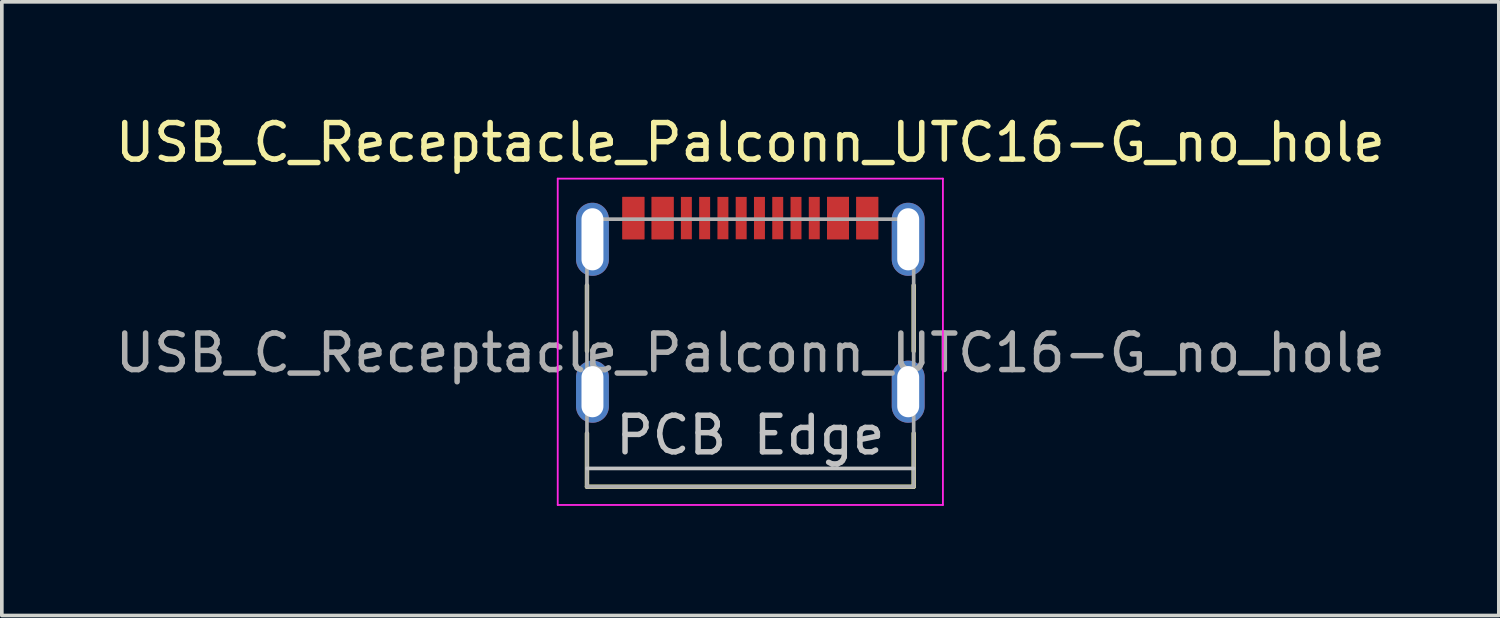
<source format=kicad_pcb>
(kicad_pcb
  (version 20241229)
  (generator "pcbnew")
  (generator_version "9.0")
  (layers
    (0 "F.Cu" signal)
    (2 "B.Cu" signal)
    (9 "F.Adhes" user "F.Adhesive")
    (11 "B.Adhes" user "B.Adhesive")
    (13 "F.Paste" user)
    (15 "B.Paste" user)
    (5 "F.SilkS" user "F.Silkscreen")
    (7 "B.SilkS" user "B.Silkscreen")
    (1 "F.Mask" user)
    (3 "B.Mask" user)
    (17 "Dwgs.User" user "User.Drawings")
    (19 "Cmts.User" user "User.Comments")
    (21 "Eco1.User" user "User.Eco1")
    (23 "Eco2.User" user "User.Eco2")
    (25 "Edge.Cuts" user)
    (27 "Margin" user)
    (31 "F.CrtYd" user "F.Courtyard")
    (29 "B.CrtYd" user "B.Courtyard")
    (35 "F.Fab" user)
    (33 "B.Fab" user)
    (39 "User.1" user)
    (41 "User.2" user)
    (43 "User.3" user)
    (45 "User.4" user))
  (footprint "USB_C_Receptacle_Palconn_UTC16-G_no_hole"
    (layer "F.Cu")
    (at 17.482 5.428)
    (property "Reference" "USB_C_Receptacle_Palconn_UTC16-G_no_hole" (at 0 -4.58 0) (layer "F.SilkS") (effects (font (size 1 1) (thickness 0.15))))
    (attr smd)
    (fp_line (start -4.47 -0.67) (end -4.47 1.13) (stroke (width 0.12) (type solid)) (layer "F.SilkS"))
    (fp_line (start -4.47 4.84) (end -4.47 3.38) (stroke (width 0.12) (type solid)) (layer "F.SilkS"))
    (fp_line (start 4.47 -0.67) (end 4.47 1.13) (stroke (width 0.12) (type solid)) (layer "F.SilkS"))
    (fp_line (start 4.47 4.84) (end -4.47 4.84) (stroke (width 0.12) (type solid)) (layer "F.SilkS"))
    (fp_line (start 4.47 4.84) (end 4.47 3.38) (stroke (width 0.12) (type solid)) (layer "F.SilkS"))
    (fp_line (start -4.47 4.34) (end 4.47 4.34) (stroke (width 0.1) (type solid)) (layer "Dwgs.User"))
    (fp_line (start -5.27 -3.59) (end -5.27 5.34) (stroke (width 0.05) (type solid)) (layer "F.CrtYd"))
    (fp_line (start -5.27 5.34) (end 5.27 5.34) (stroke (width 0.05) (type solid)) (layer "F.CrtYd"))
    (fp_line (start 5.27 -3.59) (end -5.27 -3.59) (stroke (width 0.05) (type solid)) (layer "F.CrtYd"))
    (fp_line (start 5.27 5.34) (end 5.27 -3.59) (stroke (width 0.05) (type solid)) (layer "F.CrtYd"))
    (fp_line (start -4.47 -2.48) (end -4.47 4.84) (stroke (width 0.1) (type solid)) (layer "F.Fab"))
    (fp_line (start -4.47 -2.48) (end 4.47 -2.48) (stroke (width 0.1) (type solid)) (layer "F.Fab"))
    (fp_line (start 4.47 -2.48) (end 4.47 4.84) (stroke (width 0.1) (type solid)) (layer "F.Fab"))
    (fp_line (start 4.47 4.84) (end -4.47 4.84) (stroke (width 0.1) (type solid)) (layer "F.Fab"))
    (fp_text user "PCB Edge" (at 0 3.43 0) (layer "Dwgs.User") (effects (font (size 1 1) (thickness 0.15))))
    (fp_text user "${REFERENCE}" (at 0 1.18 0) (layer "F.Fab") (effects (font (size 1 1) (thickness 0.15))))
    (pad "A1" smd rect (at -3.2 -2.51) (size 0.6 1.16) (layers "F.Cu" "F.Mask" "F.Paste"))
    (pad "A4" smd rect (at -2.4 -2.51) (size 0.6 1.16) (layers "F.Cu" "F.Mask" "F.Paste"))
    (pad "A5" smd rect (at -1.25 -2.51 180) (size 0.3 1.16) (layers "F.Cu" "F.Mask" "F.Paste"))
    (pad "A6" smd rect (at -0.25 -2.51 180) (size 0.3 1.16) (layers "F.Cu" "F.Mask" "F.Paste"))
    (pad "A7" smd rect (at 0.25 -2.51 180) (size 0.3 1.16) (layers "F.Cu" "F.Mask" "F.Paste"))
    (pad "A8" smd rect (at 1.25 -2.51 180) (size 0.3 1.16) (layers "F.Cu" "F.Mask" "F.Paste"))
    (pad "A9" smd rect (at 2.4 -2.51) (size 0.6 1.16) (layers "F.Cu" "F.Mask" "F.Paste"))
    (pad "A12" smd rect (at 3.2 -2.51) (size 0.6 1.16) (layers "F.Cu" "F.Mask" "F.Paste"))
    (pad "B1" smd rect (at 3.2 -2.51) (size 0.6 1.16) (layers "F.Cu" "F.Mask" "F.Paste"))
    (pad "B4" smd rect (at 2.4 -2.51) (size 0.6 1.16) (layers "F.Cu" "F.Mask" "F.Paste"))
    (pad "B5" smd rect (at 1.75 -2.51 180) (size 0.3 1.16) (layers "F.Cu" "F.Mask" "F.Paste"))
    (pad "B6" smd rect (at 0.75 -2.51 180) (size 0.3 1.16) (layers "F.Cu" "F.Mask" "F.Paste"))
    (pad "B7" smd rect (at -0.75 -2.51 180) (size 0.3 1.16) (layers "F.Cu" "F.Mask" "F.Paste"))
    (pad "B8" smd rect (at -1.75 -2.51 180) (size 0.3 1.16) (layers "F.Cu" "F.Mask" "F.Paste"))
    (pad "B9" smd rect (at -2.4 -2.51) (size 0.6 1.16) (layers "F.Cu" "F.Mask" "F.Paste"))
    (pad "B12" smd rect (at -3.2 -2.51) (size 0.6 1.16) (layers "F.Cu" "F.Mask" "F.Paste"))
    (pad "S1" thru_hole oval (at -4.32 -1.93 90) (size 2 0.9) (drill oval 1.7 0.6) (layers "*.Cu" "*.Mask"))
    (pad "S1" thru_hole oval (at -4.32 2.24 90) (size 1.7 0.9) (drill oval 1.4 0.6) (layers "*.Cu" "*.Mask"))
    (pad "S1" thru_hole oval (at 4.32 -1.93 90) (size 2 0.9) (drill oval 1.7 0.6) (layers "*.Cu" "*.Mask"))
    (pad "S1" thru_hole oval (at 4.32 2.24 90) (size 1.7 0.9) (drill oval 1.4 0.6) (layers "*.Cu" "*.Mask")))
  (gr_rect
    (start -3 -3)
    (end 37.964 13.793)
    (stroke (width 0.1) (type default))
    (fill no)
    (layer "Edge.Cuts")))
</source>
